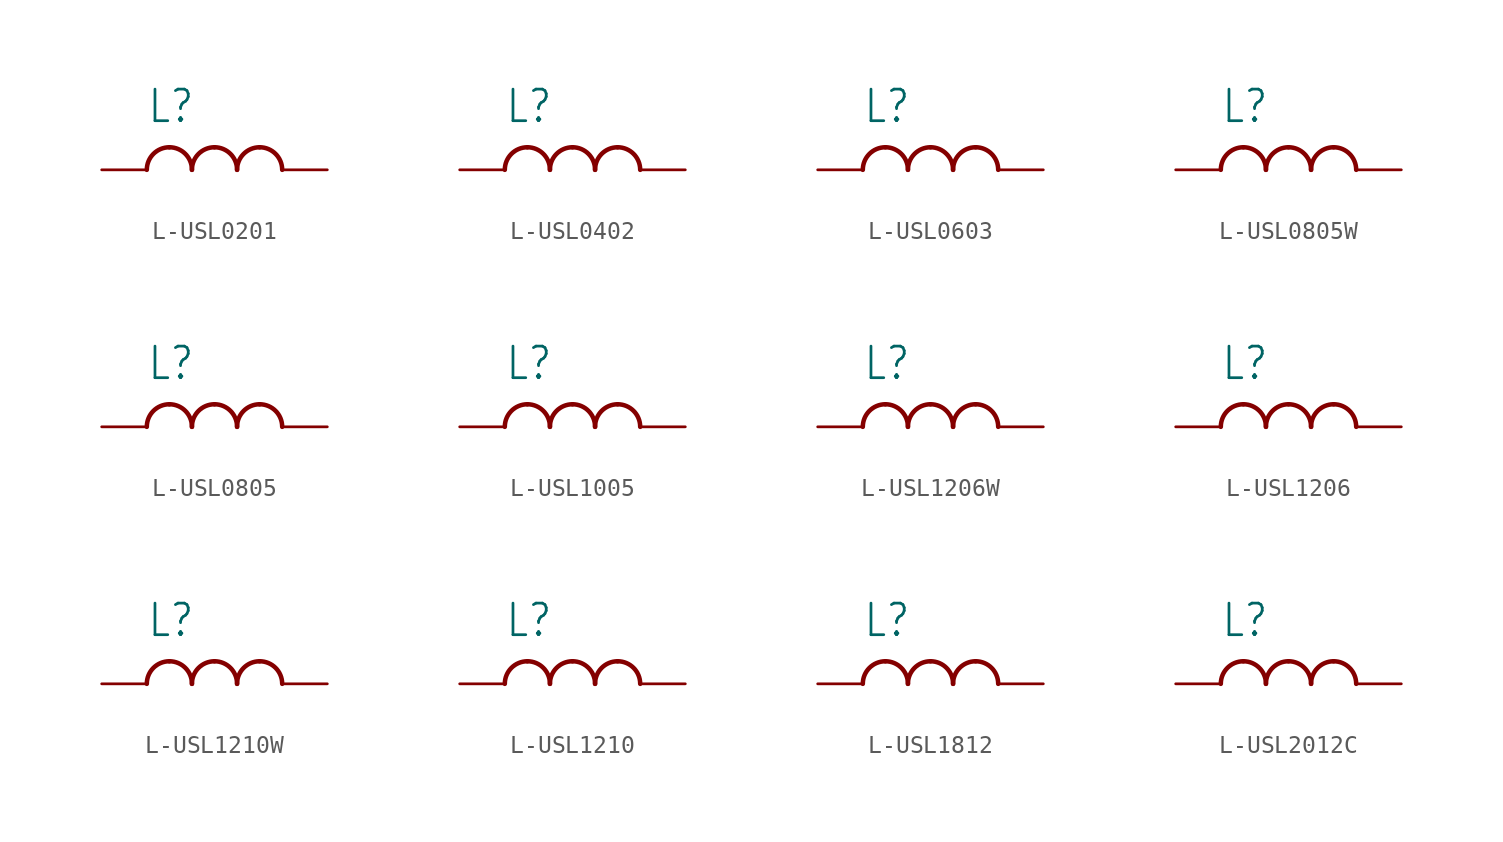
<source format=kicad_sym>
(kicad_symbol_lib
  (version 20241209)
  (generator "kicad_symbol_editor")
  (generator_version "9.0")
  (symbol "L-USL0201"
    (property "Reference" "L"
      (at -5.08 2.54 0)
      (effects (font (size 1.778 1.511)) (justify left bottom)))
    (property "Value" ""
      (at -5.08 -1.27 0)
      (effects (font (size 1.778 1.511)) (justify left top)))
    (property "ki_locked" ""
      (at 0 0 0)
      (effects (font (size 1.27 1.27))))
    (symbol "L-USL0201_1_0"
      (arc (start -5.08 0) (mid -4.708 0.898) (end -3.81 1.27) (stroke (width 0.254) (type solid)) (fill (type none)))
      (arc (start -3.81 1.27) (mid -2.912 0.898) (end -2.54 0) (stroke (width 0.254) (type solid)) (fill (type none)))
      (arc (start -2.54 0) (mid -2.168 0.898) (end -1.27 1.27) (stroke (width 0.254) (type solid)) (fill (type none)))
      (arc (start -1.27 1.27) (mid -0.372 0.898) (end 0 0) (stroke (width 0.254) (type solid)) (fill (type none)))
      (arc (start 0 0) (mid 0.372 0.898) (end 1.27 1.27) (stroke (width 0.254) (type solid)) (fill (type none)))
      (arc (start 1.27 1.27) (mid 2.168 0.898) (end 2.54 0) (stroke (width 0.254) (type solid)) (fill (type none)))
      (pin passive line (at -7.62 0 0) (length 2.54) (name "1" (effects (font (size 0 0)))) (number "1" (effects (font (size 0 0)))))
      (pin passive line (at 5.08 0 180) (length 2.54) (name "2" (effects (font (size 0 0)))) (number "2" (effects (font (size 0 0)))))))
  (symbol "L-USL0402"
    (property "Reference" "L"
      (at -5.08 2.54 0)
      (effects (font (size 1.778 1.511)) (justify left bottom)))
    (property "Value" ""
      (at -5.08 -1.27 0)
      (effects (font (size 1.778 1.511)) (justify left top)))
    (property "ki_locked" ""
      (at 0 0 0)
      (effects (font (size 1.27 1.27))))
    (symbol "L-USL0402_1_0"
      (arc (start -5.08 0) (mid -4.708 0.898) (end -3.81 1.27) (stroke (width 0.254) (type solid)) (fill (type none)))
      (arc (start -3.81 1.27) (mid -2.912 0.898) (end -2.54 0) (stroke (width 0.254) (type solid)) (fill (type none)))
      (arc (start -2.54 0) (mid -2.168 0.898) (end -1.27 1.27) (stroke (width 0.254) (type solid)) (fill (type none)))
      (arc (start -1.27 1.27) (mid -0.372 0.898) (end 0 0) (stroke (width 0.254) (type solid)) (fill (type none)))
      (arc (start 0 0) (mid 0.372 0.898) (end 1.27 1.27) (stroke (width 0.254) (type solid)) (fill (type none)))
      (arc (start 1.27 1.27) (mid 2.168 0.898) (end 2.54 0) (stroke (width 0.254) (type solid)) (fill (type none)))
      (pin passive line (at -7.62 0 0) (length 2.54) (name "1" (effects (font (size 0 0)))) (number "1" (effects (font (size 0 0)))))
      (pin passive line (at 5.08 0 180) (length 2.54) (name "2" (effects (font (size 0 0)))) (number "2" (effects (font (size 0 0)))))))
  (symbol "L-USL0603"
    (property "Reference" "L"
      (at -5.08 2.54 0)
      (effects (font (size 1.778 1.511)) (justify left bottom)))
    (property "Value" ""
      (at -5.08 -1.27 0)
      (effects (font (size 1.778 1.511)) (justify left top)))
    (property "ki_locked" ""
      (at 0 0 0)
      (effects (font (size 1.27 1.27))))
    (symbol "L-USL0603_1_0"
      (arc (start -5.08 0) (mid -4.708 0.898) (end -3.81 1.27) (stroke (width 0.254) (type solid)) (fill (type none)))
      (arc (start -3.81 1.27) (mid -2.912 0.898) (end -2.54 0) (stroke (width 0.254) (type solid)) (fill (type none)))
      (arc (start -2.54 0) (mid -2.168 0.898) (end -1.27 1.27) (stroke (width 0.254) (type solid)) (fill (type none)))
      (arc (start -1.27 1.27) (mid -0.372 0.898) (end 0 0) (stroke (width 0.254) (type solid)) (fill (type none)))
      (arc (start 0 0) (mid 0.372 0.898) (end 1.27 1.27) (stroke (width 0.254) (type solid)) (fill (type none)))
      (arc (start 1.27 1.27) (mid 2.168 0.898) (end 2.54 0) (stroke (width 0.254) (type solid)) (fill (type none)))
      (pin passive line (at -7.62 0 0) (length 2.54) (name "1" (effects (font (size 0 0)))) (number "1" (effects (font (size 0 0)))))
      (pin passive line (at 5.08 0 180) (length 2.54) (name "2" (effects (font (size 0 0)))) (number "2" (effects (font (size 0 0)))))))
  (symbol "L-USL0805W"
    (property "Reference" "L"
      (at -5.08 2.54 0)
      (effects (font (size 1.778 1.511)) (justify left bottom)))
    (property "Value" ""
      (at -5.08 -1.27 0)
      (effects (font (size 1.778 1.511)) (justify left top)))
    (property "ki_locked" ""
      (at 0 0 0)
      (effects (font (size 1.27 1.27))))
    (symbol "L-USL0805W_1_0"
      (arc (start -5.08 0) (mid -4.708 0.898) (end -3.81 1.27) (stroke (width 0.254) (type solid)) (fill (type none)))
      (arc (start -3.81 1.27) (mid -2.912 0.898) (end -2.54 0) (stroke (width 0.254) (type solid)) (fill (type none)))
      (arc (start -2.54 0) (mid -2.168 0.898) (end -1.27 1.27) (stroke (width 0.254) (type solid)) (fill (type none)))
      (arc (start -1.27 1.27) (mid -0.372 0.898) (end 0 0) (stroke (width 0.254) (type solid)) (fill (type none)))
      (arc (start 0 0) (mid 0.372 0.898) (end 1.27 1.27) (stroke (width 0.254) (type solid)) (fill (type none)))
      (arc (start 1.27 1.27) (mid 2.168 0.898) (end 2.54 0) (stroke (width 0.254) (type solid)) (fill (type none)))
      (pin passive line (at -7.62 0 0) (length 2.54) (name "1" (effects (font (size 0 0)))) (number "1" (effects (font (size 0 0)))))
      (pin passive line (at 5.08 0 180) (length 2.54) (name "2" (effects (font (size 0 0)))) (number "2" (effects (font (size 0 0)))))))
  (symbol "L-USL0805"
    (property "Reference" "L"
      (at -5.08 2.54 0)
      (effects (font (size 1.778 1.511)) (justify left bottom)))
    (property "Value" ""
      (at -5.08 -1.27 0)
      (effects (font (size 1.778 1.511)) (justify left top)))
    (property "ki_locked" ""
      (at 0 0 0)
      (effects (font (size 1.27 1.27))))
    (symbol "L-USL0805_1_0"
      (arc (start -5.08 0) (mid -4.708 0.898) (end -3.81 1.27) (stroke (width 0.254) (type solid)) (fill (type none)))
      (arc (start -3.81 1.27) (mid -2.912 0.898) (end -2.54 0) (stroke (width 0.254) (type solid)) (fill (type none)))
      (arc (start -2.54 0) (mid -2.168 0.898) (end -1.27 1.27) (stroke (width 0.254) (type solid)) (fill (type none)))
      (arc (start -1.27 1.27) (mid -0.372 0.898) (end 0 0) (stroke (width 0.254) (type solid)) (fill (type none)))
      (arc (start 0 0) (mid 0.372 0.898) (end 1.27 1.27) (stroke (width 0.254) (type solid)) (fill (type none)))
      (arc (start 1.27 1.27) (mid 2.168 0.898) (end 2.54 0) (stroke (width 0.254) (type solid)) (fill (type none)))
      (pin passive line (at -7.62 0 0) (length 2.54) (name "1" (effects (font (size 0 0)))) (number "1" (effects (font (size 0 0)))))
      (pin passive line (at 5.08 0 180) (length 2.54) (name "2" (effects (font (size 0 0)))) (number "2" (effects (font (size 0 0)))))))
  (symbol "L-USL1005"
    (property "Reference" "L"
      (at -5.08 2.54 0)
      (effects (font (size 1.778 1.511)) (justify left bottom)))
    (property "Value" ""
      (at -5.08 -1.27 0)
      (effects (font (size 1.778 1.511)) (justify left top)))
    (property "ki_locked" ""
      (at 0 0 0)
      (effects (font (size 1.27 1.27))))
    (symbol "L-USL1005_1_0"
      (arc (start -5.08 0) (mid -4.708 0.898) (end -3.81 1.27) (stroke (width 0.254) (type solid)) (fill (type none)))
      (arc (start -3.81 1.27) (mid -2.912 0.898) (end -2.54 0) (stroke (width 0.254) (type solid)) (fill (type none)))
      (arc (start -2.54 0) (mid -2.168 0.898) (end -1.27 1.27) (stroke (width 0.254) (type solid)) (fill (type none)))
      (arc (start -1.27 1.27) (mid -0.372 0.898) (end 0 0) (stroke (width 0.254) (type solid)) (fill (type none)))
      (arc (start 0 0) (mid 0.372 0.898) (end 1.27 1.27) (stroke (width 0.254) (type solid)) (fill (type none)))
      (arc (start 1.27 1.27) (mid 2.168 0.898) (end 2.54 0) (stroke (width 0.254) (type solid)) (fill (type none)))
      (pin passive line (at -7.62 0 0) (length 2.54) (name "1" (effects (font (size 0 0)))) (number "1" (effects (font (size 0 0)))))
      (pin passive line (at 5.08 0 180) (length 2.54) (name "2" (effects (font (size 0 0)))) (number "2" (effects (font (size 0 0)))))))
  (symbol "L-USL1206W"
    (property "Reference" "L"
      (at -5.08 2.54 0)
      (effects (font (size 1.778 1.511)) (justify left bottom)))
    (property "Value" ""
      (at -5.08 -1.27 0)
      (effects (font (size 1.778 1.511)) (justify left top)))
    (property "ki_locked" ""
      (at 0 0 0)
      (effects (font (size 1.27 1.27))))
    (symbol "L-USL1206W_1_0"
      (arc (start -5.08 0) (mid -4.708 0.898) (end -3.81 1.27) (stroke (width 0.254) (type solid)) (fill (type none)))
      (arc (start -3.81 1.27) (mid -2.912 0.898) (end -2.54 0) (stroke (width 0.254) (type solid)) (fill (type none)))
      (arc (start -2.54 0) (mid -2.168 0.898) (end -1.27 1.27) (stroke (width 0.254) (type solid)) (fill (type none)))
      (arc (start -1.27 1.27) (mid -0.372 0.898) (end 0 0) (stroke (width 0.254) (type solid)) (fill (type none)))
      (arc (start 0 0) (mid 0.372 0.898) (end 1.27 1.27) (stroke (width 0.254) (type solid)) (fill (type none)))
      (arc (start 1.27 1.27) (mid 2.168 0.898) (end 2.54 0) (stroke (width 0.254) (type solid)) (fill (type none)))
      (pin passive line (at -7.62 0 0) (length 2.54) (name "1" (effects (font (size 0 0)))) (number "1" (effects (font (size 0 0)))))
      (pin passive line (at 5.08 0 180) (length 2.54) (name "2" (effects (font (size 0 0)))) (number "2" (effects (font (size 0 0)))))))
  (symbol "L-USL1206"
    (property "Reference" "L"
      (at -5.08 2.54 0)
      (effects (font (size 1.778 1.511)) (justify left bottom)))
    (property "Value" ""
      (at -5.08 -1.27 0)
      (effects (font (size 1.778 1.511)) (justify left top)))
    (property "ki_locked" ""
      (at 0 0 0)
      (effects (font (size 1.27 1.27))))
    (symbol "L-USL1206_1_0"
      (arc (start -5.08 0) (mid -4.708 0.898) (end -3.81 1.27) (stroke (width 0.254) (type solid)) (fill (type none)))
      (arc (start -3.81 1.27) (mid -2.912 0.898) (end -2.54 0) (stroke (width 0.254) (type solid)) (fill (type none)))
      (arc (start -2.54 0) (mid -2.168 0.898) (end -1.27 1.27) (stroke (width 0.254) (type solid)) (fill (type none)))
      (arc (start -1.27 1.27) (mid -0.372 0.898) (end 0 0) (stroke (width 0.254) (type solid)) (fill (type none)))
      (arc (start 0 0) (mid 0.372 0.898) (end 1.27 1.27) (stroke (width 0.254) (type solid)) (fill (type none)))
      (arc (start 1.27 1.27) (mid 2.168 0.898) (end 2.54 0) (stroke (width 0.254) (type solid)) (fill (type none)))
      (pin passive line (at -7.62 0 0) (length 2.54) (name "1" (effects (font (size 0 0)))) (number "1" (effects (font (size 0 0)))))
      (pin passive line (at 5.08 0 180) (length 2.54) (name "2" (effects (font (size 0 0)))) (number "2" (effects (font (size 0 0)))))))
  (symbol "L-USL1210W"
    (property "Reference" "L"
      (at -5.08 2.54 0)
      (effects (font (size 1.778 1.511)) (justify left bottom)))
    (property "Value" ""
      (at -5.08 -1.27 0)
      (effects (font (size 1.778 1.511)) (justify left top)))
    (property "ki_locked" ""
      (at 0 0 0)
      (effects (font (size 1.27 1.27))))
    (symbol "L-USL1210W_1_0"
      (arc (start -5.08 0) (mid -4.708 0.898) (end -3.81 1.27) (stroke (width 0.254) (type solid)) (fill (type none)))
      (arc (start -3.81 1.27) (mid -2.912 0.898) (end -2.54 0) (stroke (width 0.254) (type solid)) (fill (type none)))
      (arc (start -2.54 0) (mid -2.168 0.898) (end -1.27 1.27) (stroke (width 0.254) (type solid)) (fill (type none)))
      (arc (start -1.27 1.27) (mid -0.372 0.898) (end 0 0) (stroke (width 0.254) (type solid)) (fill (type none)))
      (arc (start 0 0) (mid 0.372 0.898) (end 1.27 1.27) (stroke (width 0.254) (type solid)) (fill (type none)))
      (arc (start 1.27 1.27) (mid 2.168 0.898) (end 2.54 0) (stroke (width 0.254) (type solid)) (fill (type none)))
      (pin passive line (at -7.62 0 0) (length 2.54) (name "1" (effects (font (size 0 0)))) (number "1" (effects (font (size 0 0)))))
      (pin passive line (at 5.08 0 180) (length 2.54) (name "2" (effects (font (size 0 0)))) (number "2" (effects (font (size 0 0)))))))
  (symbol "L-USL1210"
    (property "Reference" "L"
      (at -5.08 2.54 0)
      (effects (font (size 1.778 1.511)) (justify left bottom)))
    (property "Value" ""
      (at -5.08 -1.27 0)
      (effects (font (size 1.778 1.511)) (justify left top)))
    (property "ki_locked" ""
      (at 0 0 0)
      (effects (font (size 1.27 1.27))))
    (symbol "L-USL1210_1_0"
      (arc (start -5.08 0) (mid -4.708 0.898) (end -3.81 1.27) (stroke (width 0.254) (type solid)) (fill (type none)))
      (arc (start -3.81 1.27) (mid -2.912 0.898) (end -2.54 0) (stroke (width 0.254) (type solid)) (fill (type none)))
      (arc (start -2.54 0) (mid -2.168 0.898) (end -1.27 1.27) (stroke (width 0.254) (type solid)) (fill (type none)))
      (arc (start -1.27 1.27) (mid -0.372 0.898) (end 0 0) (stroke (width 0.254) (type solid)) (fill (type none)))
      (arc (start 0 0) (mid 0.372 0.898) (end 1.27 1.27) (stroke (width 0.254) (type solid)) (fill (type none)))
      (arc (start 1.27 1.27) (mid 2.168 0.898) (end 2.54 0) (stroke (width 0.254) (type solid)) (fill (type none)))
      (pin passive line (at -7.62 0 0) (length 2.54) (name "1" (effects (font (size 0 0)))) (number "1" (effects (font (size 0 0)))))
      (pin passive line (at 5.08 0 180) (length 2.54) (name "2" (effects (font (size 0 0)))) (number "2" (effects (font (size 0 0)))))))
  (symbol "L-USL1812"
    (property "Reference" "L"
      (at -5.08 2.54 0)
      (effects (font (size 1.778 1.511)) (justify left bottom)))
    (property "Value" ""
      (at -5.08 -1.27 0)
      (effects (font (size 1.778 1.511)) (justify left top)))
    (property "ki_locked" ""
      (at 0 0 0)
      (effects (font (size 1.27 1.27))))
    (symbol "L-USL1812_1_0"
      (arc (start -5.08 0) (mid -4.708 0.898) (end -3.81 1.27) (stroke (width 0.254) (type solid)) (fill (type none)))
      (arc (start -3.81 1.27) (mid -2.912 0.898) (end -2.54 0) (stroke (width 0.254) (type solid)) (fill (type none)))
      (arc (start -2.54 0) (mid -2.168 0.898) (end -1.27 1.27) (stroke (width 0.254) (type solid)) (fill (type none)))
      (arc (start -1.27 1.27) (mid -0.372 0.898) (end 0 0) (stroke (width 0.254) (type solid)) (fill (type none)))
      (arc (start 0 0) (mid 0.372 0.898) (end 1.27 1.27) (stroke (width 0.254) (type solid)) (fill (type none)))
      (arc (start 1.27 1.27) (mid 2.168 0.898) (end 2.54 0) (stroke (width 0.254) (type solid)) (fill (type none)))
      (pin passive line (at -7.62 0 0) (length 2.54) (name "1" (effects (font (size 0 0)))) (number "1" (effects (font (size 0 0)))))
      (pin passive line (at 5.08 0 180) (length 2.54) (name "2" (effects (font (size 0 0)))) (number "2" (effects (font (size 0 0)))))))
  (symbol "L-USL2012C"
    (property "Reference" "L"
      (at -5.08 2.54 0)
      (effects (font (size 1.778 1.511)) (justify left bottom)))
    (property "Value" ""
      (at -5.08 -1.27 0)
      (effects (font (size 1.778 1.511)) (justify left top)))
    (property "ki_locked" ""
      (at 0 0 0)
      (effects (font (size 1.27 1.27))))
    (symbol "L-USL2012C_1_0"
      (arc (start -5.08 0) (mid -4.708 0.898) (end -3.81 1.27) (stroke (width 0.254) (type solid)) (fill (type none)))
      (arc (start -3.81 1.27) (mid -2.912 0.898) (end -2.54 0) (stroke (width 0.254) (type solid)) (fill (type none)))
      (arc (start -2.54 0) (mid -2.168 0.898) (end -1.27 1.27) (stroke (width 0.254) (type solid)) (fill (type none)))
      (arc (start -1.27 1.27) (mid -0.372 0.898) (end 0 0) (stroke (width 0.254) (type solid)) (fill (type none)))
      (arc (start 0 0) (mid 0.372 0.898) (end 1.27 1.27) (stroke (width 0.254) (type solid)) (fill (type none)))
      (arc (start 1.27 1.27) (mid 2.168 0.898) (end 2.54 0) (stroke (width 0.254) (type solid)) (fill (type none)))
      (pin passive line (at -7.62 0 0) (length 2.54) (name "1" (effects (font (size 0 0)))) (number "1" (effects (font (size 0 0)))))
      (pin passive line (at 5.08 0 180) (length 2.54) (name "2" (effects (font (size 0 0)))) (number "2" (effects (font (size 0 0))))))))
</source>
